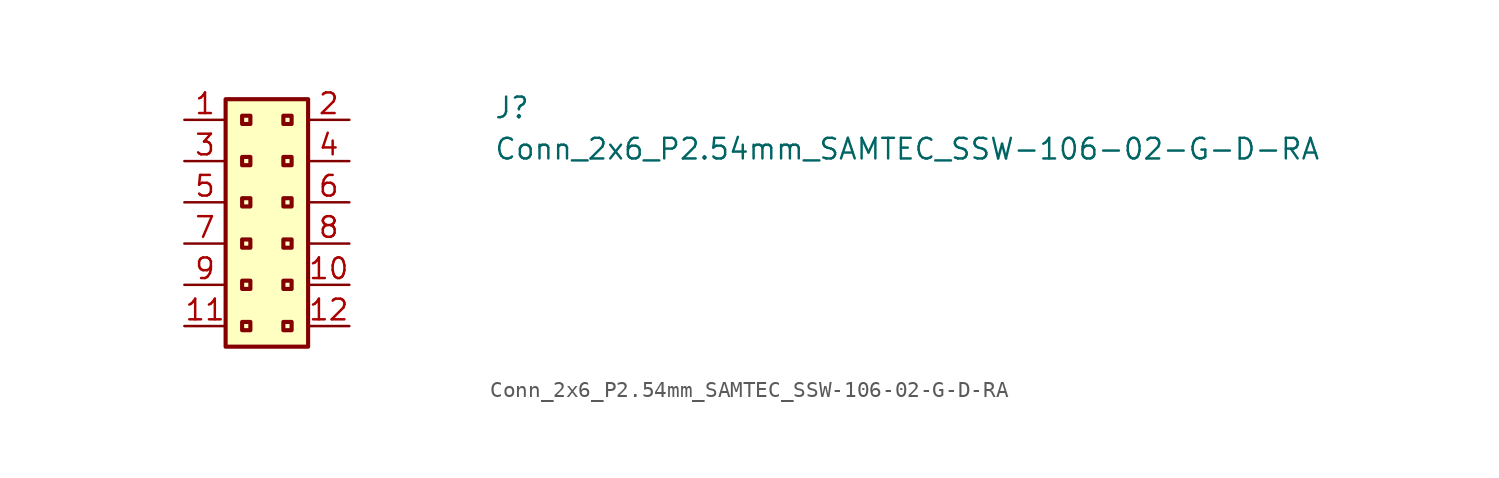
<source format=kicad_sym>
(kicad_symbol_lib
  (version 20211014)
  (generator kicad_symbol_editor)
  (symbol "Conn_2x6_P2.54mm_SAMTEC_SSW-106-02-G-D-RA"
    (property "Reference" "J"
      (at 19.05 0 0)
      (effects (font (size 1.27 1.27) (thickness 0.15)) (justify left bottom)))
    (property "Value" "Conn_2x6_P2.54mm_SAMTEC_SSW-106-02-G-D-RA"
      (at 19.05 -2.54 0)
      (effects (font (size 1.27 1.27) (thickness 0.15)) (justify left bottom)))
    (symbol "Conn_2x6_P2.54mm_SAMTEC_SSW-106-02-G-D-RA_1_1"
      (rectangle (start 2.54 1.27) (end 7.62 -13.97) (stroke (width 0.254) (type default) (color 0 0 0 0)) (fill (type background)))
      (rectangle (start 3.556 -12.446) (end 4.064 -12.954) (stroke (width 0.254) (type default) (color 0 0 0 0)) (fill (type background)))
      (rectangle (start 3.556 -9.906) (end 4.064 -10.414) (stroke (width 0.254) (type default) (color 0 0 0 0)) (fill (type background)))
      (rectangle (start 3.556 -7.366) (end 4.064 -7.874) (stroke (width 0.254) (type default) (color 0 0 0 0)) (fill (type background)))
      (rectangle (start 3.556 -4.826) (end 4.064 -5.334) (stroke (width 0.254) (type default) (color 0 0 0 0)) (fill (type background)))
      (rectangle (start 3.556 -2.286) (end 4.064 -2.794) (stroke (width 0.254) (type default) (color 0 0 0 0)) (fill (type background)))
      (rectangle (start 3.556 0.254) (end 4.064 -0.254) (stroke (width 0.254) (type default) (color 0 0 0 0)) (fill (type background)))
      (rectangle (start 6.096 -12.446) (end 6.604 -12.954) (stroke (width 0.254) (type default) (color 0 0 0 0)) (fill (type background)))
      (rectangle (start 6.096 -9.906) (end 6.604 -10.414) (stroke (width 0.254) (type default) (color 0 0 0 0)) (fill (type background)))
      (rectangle (start 6.096 -7.366) (end 6.604 -7.874) (stroke (width 0.254) (type default) (color 0 0 0 0)) (fill (type background)))
      (rectangle (start 6.096 -4.826) (end 6.604 -5.334) (stroke (width 0.254) (type default) (color 0 0 0 0)) (fill (type background)))
      (rectangle (start 6.096 -2.286) (end 6.604 -2.794) (stroke (width 0.254) (type default) (color 0 0 0 0)) (fill (type background)))
      (rectangle (start 6.096 0.254) (end 6.604 -0.254) (stroke (width 0.254) (type default) (color 0 0 0 0)) (fill (type background)))
      (pin passive line (at 0 0 0) (length 2.54) (name "~" (effects (font (size 1.27 1.27)))) (number "1" (effects (font (size 1.27 1.27)))))
      (pin passive line (at 10.16 -10.16 180) (length 2.54) (name "~" (effects (font (size 1.27 1.27)))) (number "10" (effects (font (size 1.27 1.27)))))
      (pin passive line (at 0 -12.7 0) (length 2.54) (name "~" (effects (font (size 1.27 1.27)))) (number "11" (effects (font (size 1.27 1.27)))))
      (pin passive line (at 10.16 -12.7 180) (length 2.54) (name "~" (effects (font (size 1.27 1.27)))) (number "12" (effects (font (size 1.27 1.27)))))
      (pin passive line (at 10.16 0 180) (length 2.54) (name "~" (effects (font (size 1.27 1.27)))) (number "2" (effects (font (size 1.27 1.27)))))
      (pin passive line (at 0 -2.54 0) (length 2.54) (name "~" (effects (font (size 1.27 1.27)))) (number "3" (effects (font (size 1.27 1.27)))))
      (pin passive line (at 10.16 -2.54 180) (length 2.54) (name "~" (effects (font (size 1.27 1.27)))) (number "4" (effects (font (size 1.27 1.27)))))
      (pin passive line (at 0 -5.08 0) (length 2.54) (name "~" (effects (font (size 1.27 1.27)))) (number "5" (effects (font (size 1.27 1.27)))))
      (pin passive line (at 10.16 -5.08 180) (length 2.54) (name "~" (effects (font (size 1.27 1.27)))) (number "6" (effects (font (size 1.27 1.27)))))
      (pin passive line (at 0 -7.62 0) (length 2.54) (name "~" (effects (font (size 1.27 1.27)))) (number "7" (effects (font (size 1.27 1.27)))))
      (pin passive line (at 10.16 -7.62 180) (length 2.54) (name "~" (effects (font (size 1.27 1.27)))) (number "8" (effects (font (size 1.27 1.27)))))
      (pin passive line (at 0 -10.16 0) (length 2.54) (name "~" (effects (font (size 1.27 1.27)))) (number "9" (effects (font (size 1.27 1.27))))))))
</source>
